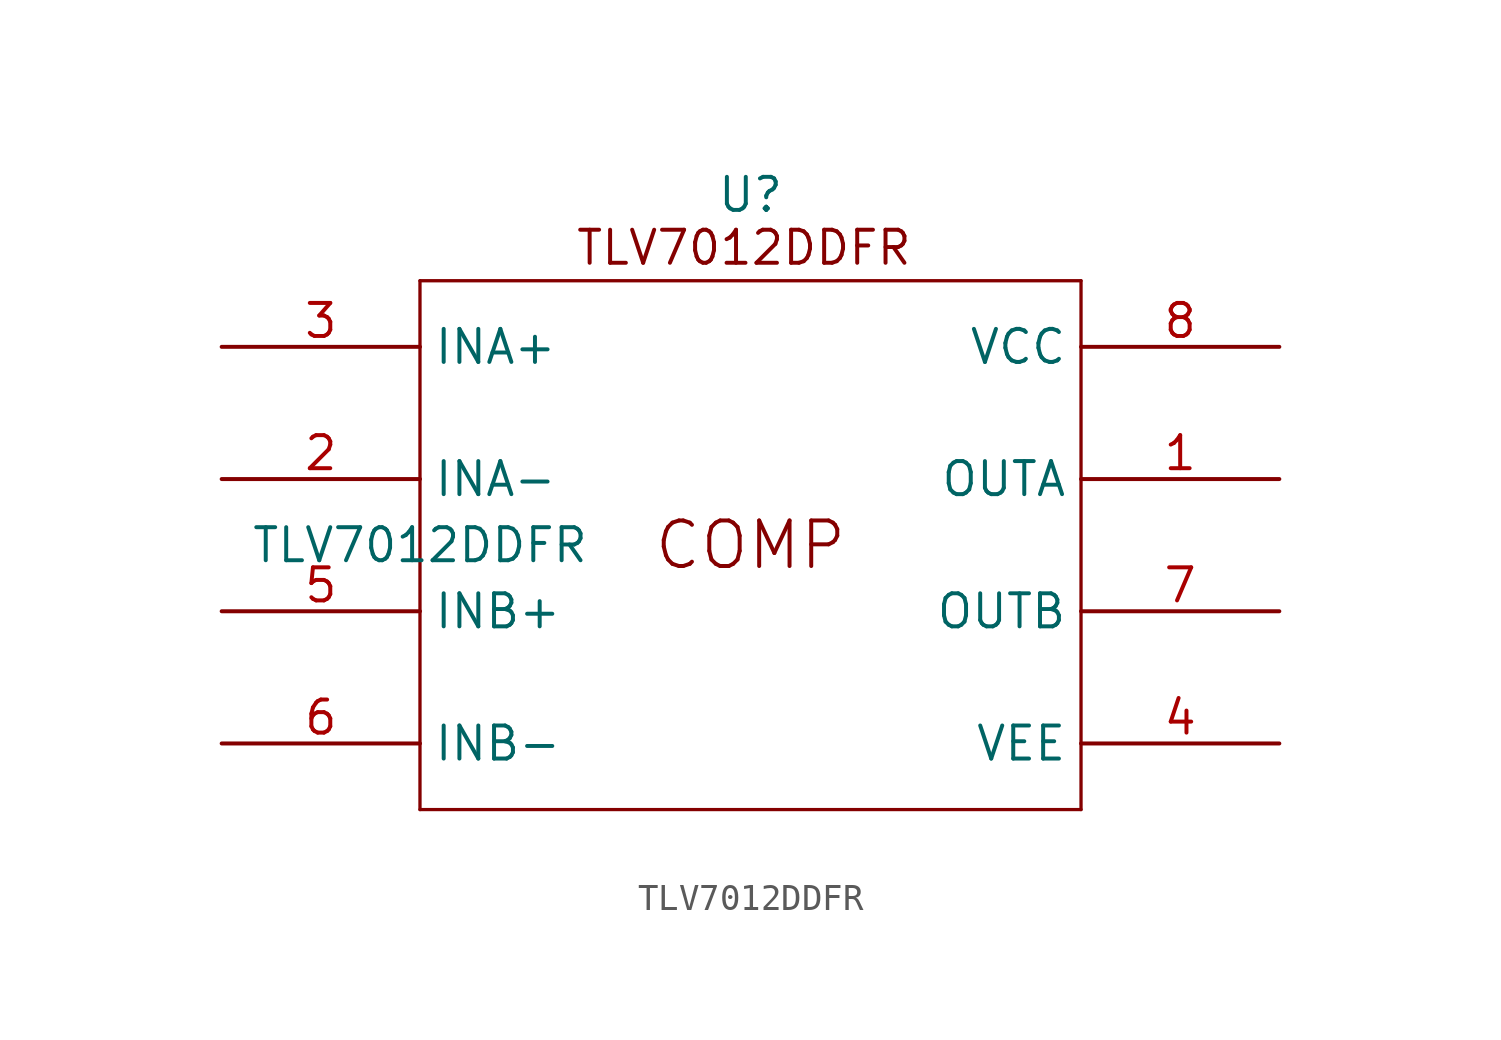
<source format=kicad_sym>
(kicad_symbol_lib
  (version 20231120)
  (generator "kicad_symbol_editor")
  (generator_version "8.0")
  (symbol "TLV7012DDFR"
    (property "Reference" "U"
      (at 12.7 23.622 0)
      (effects (font (size 1.27 1.27))))
    (property "Value" "TLV7012DDFR"
      (at 0 10.16 0)
      (effects (font (size 1.27 1.27))))
    (symbol "TLV7012DDFR_0_1"
      (polyline (pts (xy 0 0) (xy 25.4 0)) (stroke (width 0.127) (type default)) (fill (type none)))
      (polyline (pts (xy 0 20.32) (xy 0 0)) (stroke (width 0.127) (type default)) (fill (type none)))
      (polyline (pts (xy 25.4 0) (xy 25.4 20.32)) (stroke (width 0.127) (type default)) (fill (type none)))
      (polyline (pts (xy 25.4 20.32) (xy 0 20.32)) (stroke (width 0.127) (type default)) (fill (type none))))
    (symbol "TLV7012DDFR_1_1"
      (text "COMP" (at 12.7 10.16 0) (effects (font (size 1.75 1.75))))
      (text "TLV7012DDFR" (at 12.446 21.59 0) (effects (font (size 1.27 1.27))))
      (pin output line (at 33.02 12.7 180) (length 7.62) (name "OUTA" (effects (font (size 1.27 1.27)))) (number "1" (effects (font (size 1.27 1.27)))))
      (pin input line (at -7.62 12.7 0) (length 7.62) (name "INA-" (effects (font (size 1.27 1.27)))) (number "2" (effects (font (size 1.27 1.27)))))
      (pin input line (at -7.62 17.78 0) (length 7.62) (name "INA+" (effects (font (size 1.27 1.27)))) (number "3" (effects (font (size 1.27 1.27)))))
      (pin power_in line (at 33.02 2.54 180) (length 7.62) (name "VEE" (effects (font (size 1.27 1.27)))) (number "4" (effects (font (size 1.27 1.27)))))
      (pin input line (at -7.62 7.62 0) (length 7.62) (name "INB+" (effects (font (size 1.27 1.27)))) (number "5" (effects (font (size 1.27 1.27)))))
      (pin input line (at -7.62 2.54 0) (length 7.62) (name "INB-" (effects (font (size 1.27 1.27)))) (number "6" (effects (font (size 1.27 1.27)))))
      (pin output line (at 33.02 7.62 180) (length 7.62) (name "OUTB" (effects (font (size 1.27 1.27)))) (number "7" (effects (font (size 1.27 1.27)))))
      (pin power_in line (at 33.02 17.78 180) (length 7.62) (name "VCC" (effects (font (size 1.27 1.27)))) (number "8" (effects (font (size 1.27 1.27))))))))
</source>
